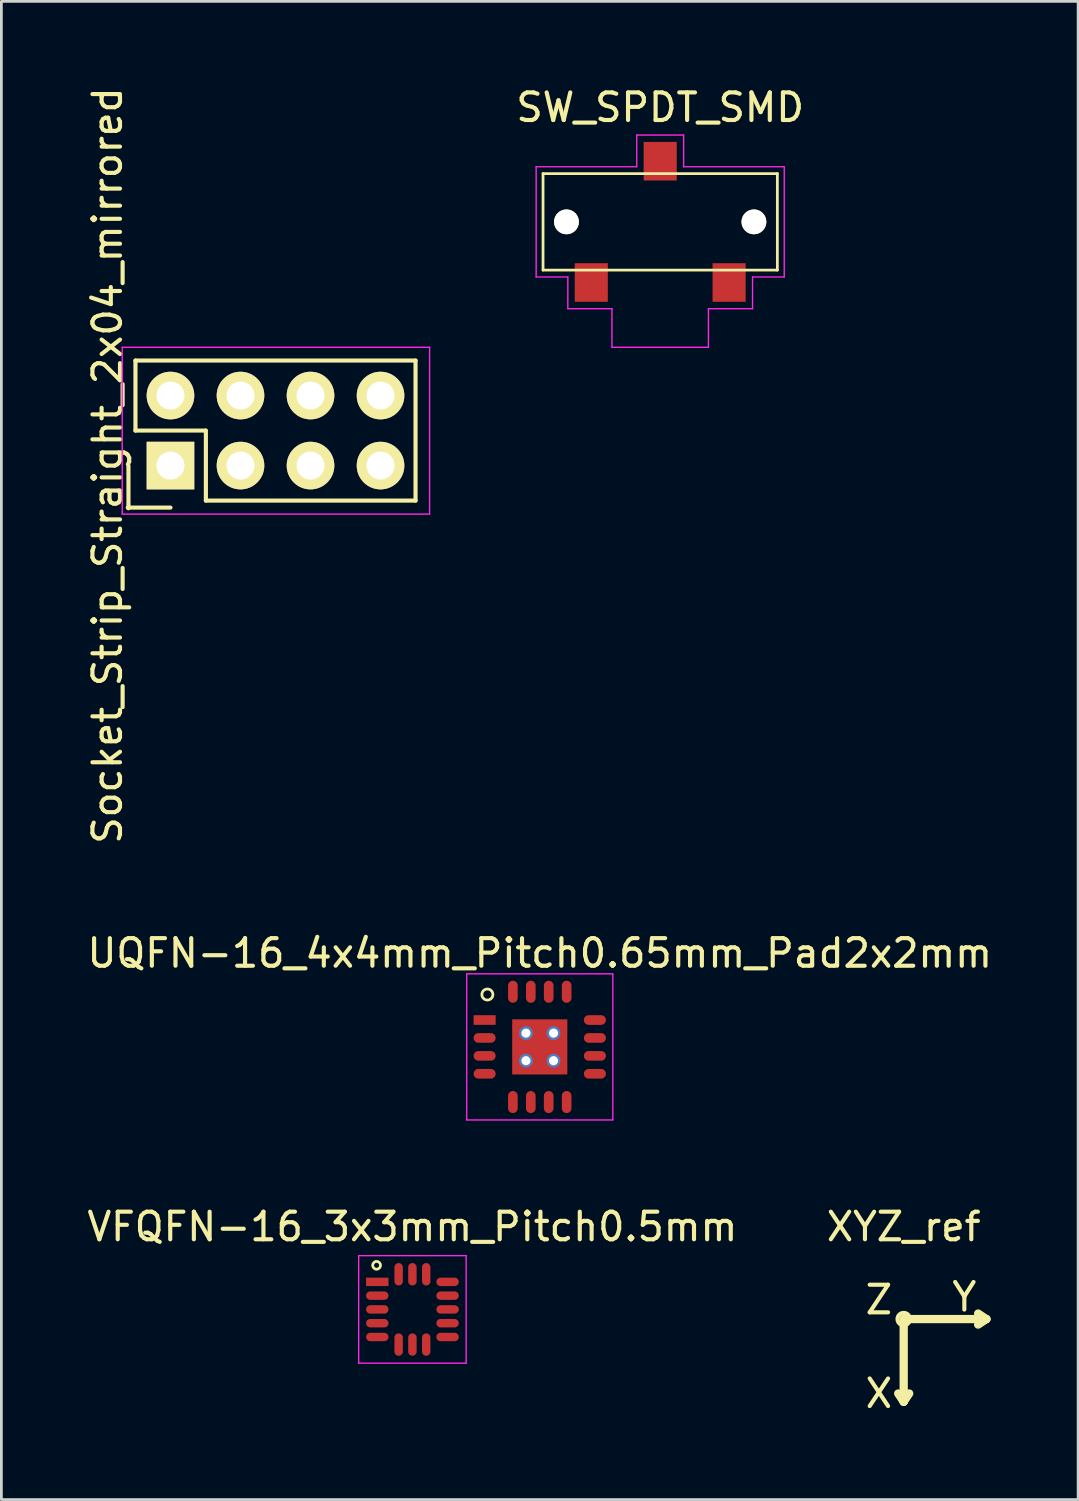
<source format=kicad_pcb>
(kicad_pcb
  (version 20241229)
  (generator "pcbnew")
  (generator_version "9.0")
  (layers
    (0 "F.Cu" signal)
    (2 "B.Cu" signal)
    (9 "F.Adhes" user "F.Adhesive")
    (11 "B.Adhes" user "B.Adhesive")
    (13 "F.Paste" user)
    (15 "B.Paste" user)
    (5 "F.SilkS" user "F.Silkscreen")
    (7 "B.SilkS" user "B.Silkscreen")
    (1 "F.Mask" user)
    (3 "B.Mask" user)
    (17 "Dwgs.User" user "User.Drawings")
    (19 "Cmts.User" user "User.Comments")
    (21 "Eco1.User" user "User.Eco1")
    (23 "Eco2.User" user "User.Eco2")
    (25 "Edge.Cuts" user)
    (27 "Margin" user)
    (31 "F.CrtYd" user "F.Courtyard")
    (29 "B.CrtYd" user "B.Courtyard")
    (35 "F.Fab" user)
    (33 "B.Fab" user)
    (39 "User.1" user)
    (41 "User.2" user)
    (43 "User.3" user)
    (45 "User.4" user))
  (footprint "XYZ_ref"
    (layer "F.Cu")
    (at 29.732 44.8)
    (property "Reference" "XYZ_ref" (at 0 -3.35 0) (layer "F.SilkS") (effects (font (size 1 1) (thickness 0.15))))
    (attr through_hole)
    (fp_line (start 0 0) (end 0 3) (stroke (width 0.3) (type solid)) (layer "F.SilkS"))
    (fp_line (start 0 0) (end 3 0) (stroke (width 0.3) (type solid)) (layer "F.SilkS"))
    (fp_line (start 0 3) (end -0.2 2.7) (stroke (width 0.3) (type solid)) (layer "F.SilkS"))
    (fp_line (start 0 3) (end 0.2 2.7) (stroke (width 0.3) (type solid)) (layer "F.SilkS"))
    (fp_line (start 3 0) (end 2.7 -0.2) (stroke (width 0.3) (type solid)) (layer "F.SilkS"))
    (fp_line (start 3 0) (end 2.7 0.2) (stroke (width 0.3) (type solid)) (layer "F.SilkS"))
    (fp_circle (center 0 0) (end 0.2 -0.1) (stroke (width 0.15) (type solid)) (fill no) (layer "F.SilkS"))
    (fp_text user "Y" (at 2.2 -0.8 180) (layer "F.SilkS") (effects (font (size 1 1) (thickness 0.15))))
    (fp_text user "X" (at -0.9 2.7 180) (layer "F.SilkS") (effects (font (size 1 1) (thickness 0.15))))
    (fp_text user "Z" (at -0.9 -0.7 180) (layer "F.SilkS") (effects (font (size 1 1) (thickness 0.15)))))
  (footprint "VFQFN-16_3x3mm_Pitch0.5mm"
    (layer "F.Cu")
    (at 11.911 44.45)
    (property "Reference" "VFQFN-16_3x3mm_Pitch0.5mm" (at 0 -3 0) (layer "F.SilkS") (effects (font (size 1 1) (thickness 0.15))))
    (attr smd)
    (fp_circle (center -1.3 -1.6) (end -1.2 -1.5) (stroke (width 0.1) (type solid)) (fill no) (layer "F.SilkS"))
    (fp_line (start -1.95 -1.95) (end -1.95 1.95) (stroke (width 0.05) (type solid)) (layer "F.CrtYd"))
    (fp_line (start -1.95 -1.95) (end 1.95 -1.95) (stroke (width 0.05) (type solid)) (layer "F.CrtYd"))
    (fp_line (start -1.95 1.95) (end 1.95 1.95) (stroke (width 0.05) (type solid)) (layer "F.CrtYd"))
    (fp_line (start 1.95 -1.95) (end 1.95 1.95) (stroke (width 0.05) (type solid)) (layer "F.CrtYd"))
    (pad "1" smd rect (at -1.275 -1) (size 0.813 0.305) (layers "F.Cu" "F.Mask" "F.Paste"))
    (pad "2" smd oval (at -1.275 -0.5) (size 0.813 0.305) (layers "F.Cu" "F.Mask" "F.Paste"))
    (pad "3" smd oval (at -1.275 0) (size 0.813 0.305) (layers "F.Cu" "F.Mask" "F.Paste"))
    (pad "4" smd oval (at -1.275 0.5) (size 0.813 0.305) (layers "F.Cu" "F.Mask" "F.Paste"))
    (pad "5" smd oval (at -1.275 1) (size 0.813 0.305) (layers "F.Cu" "F.Mask" "F.Paste"))
    (pad "6" smd oval (at -0.5 1.275 90) (size 0.813 0.305) (layers "F.Cu" "F.Mask" "F.Paste"))
    (pad "7" smd oval (at 0 1.275 90) (size 0.813 0.305) (layers "F.Cu" "F.Mask" "F.Paste"))
    (pad "8" smd oval (at 0.5 1.275 90) (size 0.813 0.305) (layers "F.Cu" "F.Mask" "F.Paste"))
    (pad "9" smd oval (at 1.275 1) (size 0.813 0.305) (layers "F.Cu" "F.Mask" "F.Paste"))
    (pad "10" smd oval (at 1.275 0.5) (size 0.813 0.305) (layers "F.Cu" "F.Mask" "F.Paste"))
    (pad "11" smd oval (at 1.275 0) (size 0.813 0.305) (layers "F.Cu" "F.Mask" "F.Paste"))
    (pad "12" smd oval (at 1.275 -0.5) (size 0.813 0.305) (layers "F.Cu" "F.Mask" "F.Paste"))
    (pad "13" smd oval (at 1.275 -1) (size 0.813 0.305) (layers "F.Cu" "F.Mask" "F.Paste"))
    (pad "14" smd oval (at 0.5 -1.275 90) (size 0.813 0.305) (layers "F.Cu" "F.Mask" "F.Paste"))
    (pad "15" smd oval (at 0 -1.275 90) (size 0.813 0.305) (layers "F.Cu" "F.Mask" "F.Paste"))
    (pad "16" smd oval (at -0.5 -1.275 90) (size 0.813 0.305) (layers "F.Cu" "F.Mask" "F.Paste")))
  (footprint "UQFN-16_4x4mm_Pitch0.65mm_Pad2x2mm"
    (layer "F.Cu")
    (at 16.53 34.927)
    (property "Reference" "UQFN-16_4x4mm_Pitch0.65mm_Pad2x2mm" (at 0 -3.4 0) (layer "F.SilkS") (effects (font (size 1 1) (thickness 0.15))))
    (attr smd)
    (fp_circle (center -1.9 -1.9) (end -1.9 -2.1) (stroke (width 0.1) (type solid)) (fill no) (layer "F.SilkS"))
    (fp_line (start -2.65 -2.65) (end -2.65 2.65) (stroke (width 0.05) (type solid)) (layer "F.CrtYd"))
    (fp_line (start -2.65 -2.65) (end 2.65 -2.65) (stroke (width 0.05) (type solid)) (layer "F.CrtYd"))
    (fp_line (start -2.65 2.65) (end 2.65 2.65) (stroke (width 0.05) (type solid)) (layer "F.CrtYd"))
    (fp_line (start 2.65 -2.65) (end 2.65 2.65) (stroke (width 0.05) (type solid)) (layer "F.CrtYd"))
    (pad "1" smd rect (at -2 -0.975) (size 0.8 0.35) (layers "F.Cu" "F.Mask"))
    (pad "2" smd oval (at -2 -0.325) (size 0.8 0.35) (layers "F.Cu" "F.Mask"))
    (pad "3" smd oval (at -2 0.325) (size 0.8 0.35) (layers "F.Cu" "F.Mask"))
    (pad "4" smd oval (at -2 0.975) (size 0.8 0.35) (layers "F.Cu" "F.Mask"))
    (pad "5" smd oval (at -0.975 2 90) (size 0.8 0.35) (layers "F.Cu" "F.Mask"))
    (pad "6" smd oval (at -0.325 2 90) (size 0.8 0.35) (layers "F.Cu" "F.Mask"))
    (pad "7" smd oval (at 0.325 2 90) (size 0.8 0.35) (layers "F.Cu" "F.Mask"))
    (pad "8" smd oval (at 0.975 2 90) (size 0.8 0.35) (layers "F.Cu" "F.Mask"))
    (pad "9" smd oval (at 2 0.975) (size 0.8 0.35) (layers "F.Cu" "F.Mask"))
    (pad "10" smd oval (at 2 0.325) (size 0.8 0.35) (layers "F.Cu" "F.Mask"))
    (pad "11" smd oval (at 2 -0.325) (size 0.8 0.35) (layers "F.Cu" "F.Mask"))
    (pad "12" smd oval (at 2 -0.975) (size 0.8 0.35) (layers "F.Cu" "F.Mask"))
    (pad "13" smd oval (at 0.975 -2 90) (size 0.8 0.35) (layers "F.Cu" "F.Mask"))
    (pad "14" smd oval (at 0.325 -2 90) (size 0.8 0.35) (layers "F.Cu" "F.Mask"))
    (pad "15" smd oval (at -0.325 -2 90) (size 0.8 0.35) (layers "F.Cu" "F.Mask"))
    (pad "16" smd oval (at -0.975 -2 90) (size 0.8 0.35) (layers "F.Cu" "F.Mask"))
    (pad "17" thru_hole circle (at -0.5 -0.5) (size 0.5 0.5) (drill 0.33) (layers "*.Cu" "F.Mask"))
    (pad "17" thru_hole circle (at -0.5 0.5) (size 0.5 0.5) (drill 0.33) (layers "*.Cu" "F.Mask"))
    (pad "17" smd rect (at 0 0) (size 2 2) (layers "F.Cu" "F.Mask"))
    (pad "17" thru_hole circle (at 0.5 -0.5) (size 0.5 0.5) (drill 0.33) (layers "*.Cu" "F.Mask"))
    (pad "17" thru_hole circle (at 0.5 0.5) (size 0.5 0.5) (drill 0.33) (layers "*.Cu" "F.Mask")))
  (footprint "SW_SPDT_SMD"
    (layer "F.Cu")
    (at 20.899 4.998)
    (property "Reference" "SW_SPDT_SMD" (at 0 -4.15 0) (layer "F.SilkS") (effects (font (size 1 1) (thickness 0.15))))
    (attr through_hole)
    (fp_line (start -4.25 -1.75) (end -4.25 1.75) (stroke (width 0.1) (type solid)) (layer "F.SilkS"))
    (fp_line (start -4.25 -1.75) (end 4.25 -1.75) (stroke (width 0.1) (type solid)) (layer "F.SilkS"))
    (fp_line (start -4.25 1.75) (end 4.25 1.75) (stroke (width 0.1) (type solid)) (layer "F.SilkS"))
    (fp_line (start 4.25 -1.75) (end 4.25 1.75) (stroke (width 0.1) (type solid)) (layer "F.SilkS"))
    (fp_line (start -4.5 -2) (end -4.5 2) (stroke (width 0.05) (type solid)) (layer "F.CrtYd"))
    (fp_line (start -3.35 2) (end -4.5 2) (stroke (width 0.05) (type solid)) (layer "F.CrtYd"))
    (fp_line (start -3.35 3.15) (end -3.35 2) (stroke (width 0.05) (type solid)) (layer "F.CrtYd"))
    (fp_line (start -3.35 3.15) (end -1.75 3.15) (stroke (width 0.05) (type solid)) (layer "F.CrtYd"))
    (fp_line (start -1.75 3.15) (end -1.75 4.55) (stroke (width 0.05) (type solid)) (layer "F.CrtYd"))
    (fp_line (start -1.75 4.55) (end 1.75 4.55) (stroke (width 0.05) (type solid)) (layer "F.CrtYd"))
    (fp_line (start -0.85 -3.15) (end -0.85 -2) (stroke (width 0.05) (type solid)) (layer "F.CrtYd"))
    (fp_line (start -0.85 -2) (end -4.5 -2) (stroke (width 0.05) (type solid)) (layer "F.CrtYd"))
    (fp_line (start 0.85 -3.15) (end -0.85 -3.15) (stroke (width 0.05) (type solid)) (layer "F.CrtYd"))
    (fp_line (start 0.85 -3.15) (end 0.85 -2) (stroke (width 0.05) (type solid)) (layer "F.CrtYd"))
    (fp_line (start 0.85 -2) (end 4.5 -2) (stroke (width 0.05) (type solid)) (layer "F.CrtYd"))
    (fp_line (start 1.75 3.15) (end 3.35 3.15) (stroke (width 0.05) (type solid)) (layer "F.CrtYd"))
    (fp_line (start 1.75 4.55) (end 1.75 3.15) (stroke (width 0.05) (type solid)) (layer "F.CrtYd"))
    (fp_line (start 3.35 2) (end 3.35 3.15) (stroke (width 0.05) (type solid)) (layer "F.CrtYd"))
    (fp_line (start 4.5 2) (end 3.35 2) (stroke (width 0.05) (type solid)) (layer "F.CrtYd"))
    (fp_line (start 4.5 2) (end 4.5 -2) (stroke (width 0.05) (type solid)) (layer "F.CrtYd"))
    (pad "" np_thru_hole circle (at -3.4 0) (size 0.9 0.9) (drill 0.9) (layers "*.Cu" "*.Mask" "F.SilkS"))
    (pad "" np_thru_hole circle (at 3.4 0) (size 0.9 0.9) (drill 0.9) (layers "*.Cu" "*.Mask" "F.SilkS"))
    (pad "1" smd rect (at -2.5 2.2) (size 1.2 1.4) (layers "F.Cu" "F.Mask" "F.Paste"))
    (pad "2" smd rect (at 0 -2.2) (size 1.2 1.4) (layers "F.Cu" "F.Mask" "F.Paste"))
    (pad "3" smd rect (at 2.5 2.2) (size 1.2 1.4) (layers "F.Cu" "F.Mask" "F.Paste")))
  (footprint "Socket_Strip_Straight_2x04_mirrored"
    (layer "F.Cu")
    (at 3.134 11.299)
    (property "Reference" "Socket_Strip_Straight_2x04_mirrored" (at -2.286 2.54 270) (layer "F.SilkS") (effects (font (size 1 1) (thickness 0.15))))
    (attr through_hole)
    (fp_line (start -1.524 2.54) (end -1.524 4.09) (stroke (width 0.15) (type solid)) (layer "F.SilkS"))
    (fp_line (start -1.27 -1.27) (end 8.89 -1.27) (stroke (width 0.15) (type solid)) (layer "F.SilkS"))
    (fp_line (start -1.27 1.27) (end -1.27 -1.27) (stroke (width 0.15) (type solid)) (layer "F.SilkS"))
    (fp_line (start -1.27 1.27) (end 1.27 1.27) (stroke (width 0.15) (type solid)) (layer "F.SilkS"))
    (fp_line (start 0 4.064) (end -1.55 4.064) (stroke (width 0.15) (type solid)) (layer "F.SilkS"))
    (fp_line (start 1.284 3.81) (end 1.284 1.27) (stroke (width 0.15) (type solid)) (layer "F.SilkS"))
    (fp_line (start 8.89 -1.27) (end 8.89 3.81) (stroke (width 0.15) (type solid)) (layer "F.SilkS"))
    (fp_line (start 8.89 3.81) (end 1.284 3.81) (stroke (width 0.15) (type solid)) (layer "F.SilkS"))
    (fp_line (start -1.75 -1.75) (end -1.75 4.3) (stroke (width 0.05) (type solid)) (layer "F.CrtYd"))
    (fp_line (start -1.75 -1.75) (end 9.4 -1.75) (stroke (width 0.05) (type solid)) (layer "F.CrtYd"))
    (fp_line (start -1.75 4.3) (end 9.4 4.3) (stroke (width 0.05) (type solid)) (layer "F.CrtYd"))
    (fp_line (start 9.4 -1.75) (end 9.4 4.3) (stroke (width 0.05) (type solid)) (layer "F.CrtYd"))
    (pad "1" thru_hole rect (at 0 2.54) (size 1.727 1.727) (drill 1.016) (layers "*.Cu" "*.Mask" "F.SilkS"))
    (pad "2" thru_hole circle (at 0 0) (size 1.727 1.727) (drill 1.016) (layers "*.Cu" "*.Mask" "F.SilkS"))
    (pad "3" thru_hole oval (at 2.54 2.54) (size 1.727 1.727) (drill 1.016) (layers "*.Cu" "*.Mask" "F.SilkS"))
    (pad "4" thru_hole oval (at 2.54 0) (size 1.727 1.727) (drill 1.016) (layers "*.Cu" "*.Mask" "F.SilkS"))
    (pad "5" thru_hole oval (at 5.08 2.54) (size 1.727 1.727) (drill 1.016) (layers "*.Cu" "*.Mask" "F.SilkS"))
    (pad "6" thru_hole oval (at 5.08 0) (size 1.727 1.727) (drill 1.016) (layers "*.Cu" "*.Mask" "F.SilkS"))
    (pad "7" thru_hole oval (at 7.62 2.54) (size 1.727 1.727) (drill 1.016) (layers "*.Cu" "*.Mask" "F.SilkS"))
    (pad "8" thru_hole oval (at 7.62 0) (size 1.727 1.727) (drill 1.016) (layers "*.Cu" "*.Mask" "F.SilkS")))
  (gr_rect
    (start -3 -3)
    (end 36.06 51.348)
    (stroke (width 0.1) (type default))
    (fill no)
    (layer "Edge.Cuts")))
</source>
